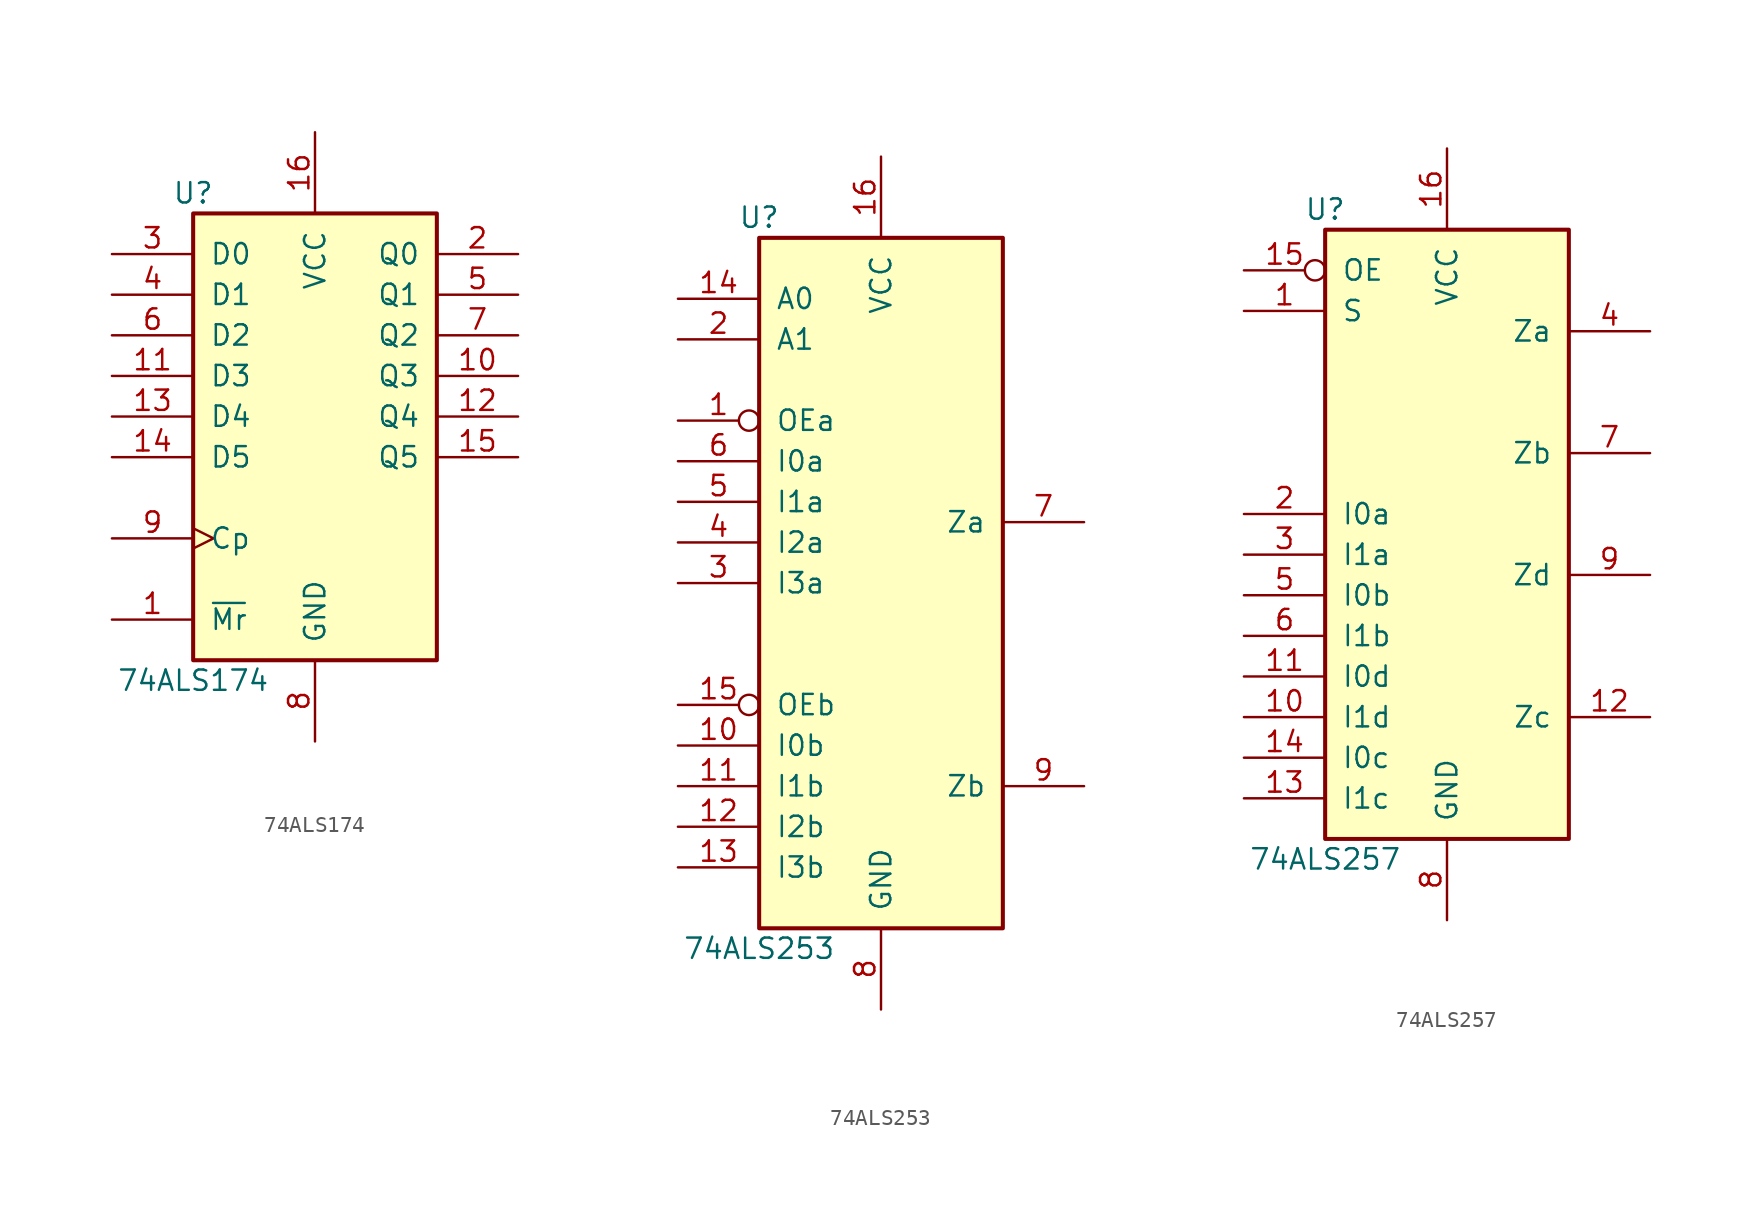
<source format=kicad_sym>
(kicad_symbol_lib
  (version 20220914)
  (generator kicad_symbol_editor)
  (symbol "74ALS174"
    (pin_names
      (offset 1.016))
    (property "Reference" "U"
      (at -7.62 13.97 0)
      (effects (font (size 1.27 1.27))))
    (property "Value" "74ALS174"
      (at -7.62 -16.51 0)
      (effects (font (size 1.27 1.27))))
    (property "ki_locked" ""
      (at 0 0 0)
      (effects (font (size 1.27 1.27))))
    (symbol "74ALS174_1_0"
      (pin input line (at -12.7 -12.7 0) (length 5.08) (name "~{Mr}" (effects (font (size 1.27 1.27)))) (number "1" (effects (font (size 1.27 1.27)))))
      (pin output line (at 12.7 2.54 180) (length 5.08) (name "Q3" (effects (font (size 1.27 1.27)))) (number "10" (effects (font (size 1.27 1.27)))))
      (pin input line (at -12.7 2.54 0) (length 5.08) (name "D3" (effects (font (size 1.27 1.27)))) (number "11" (effects (font (size 1.27 1.27)))))
      (pin output line (at 12.7 0 180) (length 5.08) (name "Q4" (effects (font (size 1.27 1.27)))) (number "12" (effects (font (size 1.27 1.27)))))
      (pin input line (at -12.7 0 0) (length 5.08) (name "D4" (effects (font (size 1.27 1.27)))) (number "13" (effects (font (size 1.27 1.27)))))
      (pin input line (at -12.7 -2.54 0) (length 5.08) (name "D5" (effects (font (size 1.27 1.27)))) (number "14" (effects (font (size 1.27 1.27)))))
      (pin output line (at 12.7 -2.54 180) (length 5.08) (name "Q5" (effects (font (size 1.27 1.27)))) (number "15" (effects (font (size 1.27 1.27)))))
      (pin power_in line (at 0 17.78 270) (length 5.08) (name "VCC" (effects (font (size 1.27 1.27)))) (number "16" (effects (font (size 1.27 1.27)))))
      (pin output line (at 12.7 10.16 180) (length 5.08) (name "Q0" (effects (font (size 1.27 1.27)))) (number "2" (effects (font (size 1.27 1.27)))))
      (pin input line (at -12.7 10.16 0) (length 5.08) (name "D0" (effects (font (size 1.27 1.27)))) (number "3" (effects (font (size 1.27 1.27)))))
      (pin input line (at -12.7 7.62 0) (length 5.08) (name "D1" (effects (font (size 1.27 1.27)))) (number "4" (effects (font (size 1.27 1.27)))))
      (pin output line (at 12.7 7.62 180) (length 5.08) (name "Q1" (effects (font (size 1.27 1.27)))) (number "5" (effects (font (size 1.27 1.27)))))
      (pin input line (at -12.7 5.08 0) (length 5.08) (name "D2" (effects (font (size 1.27 1.27)))) (number "6" (effects (font (size 1.27 1.27)))))
      (pin output line (at 12.7 5.08 180) (length 5.08) (name "Q2" (effects (font (size 1.27 1.27)))) (number "7" (effects (font (size 1.27 1.27)))))
      (pin power_in line (at 0 -20.32 90) (length 5.08) (name "GND" (effects (font (size 1.27 1.27)))) (number "8" (effects (font (size 1.27 1.27)))))
      (pin input clock (at -12.7 -7.62 0) (length 5.08) (name "Cp" (effects (font (size 1.27 1.27)))) (number "9" (effects (font (size 1.27 1.27))))))
    (symbol "74ALS174_1_1"
      (rectangle (start -7.62 12.7) (end 7.62 -15.24) (stroke (width 0.254) (type default)) (fill (type background)))))
  (symbol "74ALS253"
    (pin_names
      (offset 1.016))
    (property "Reference" "U"
      (at -7.62 21.59 0)
      (effects (font (size 1.27 1.27))))
    (property "Value" "74ALS253"
      (at -7.62 -24.13 0)
      (effects (font (size 1.27 1.27))))
    (property "ki_locked" ""
      (at 0 0 0)
      (effects (font (size 1.27 1.27))))
    (symbol "74ALS253_1_0"
      (pin input inverted (at -12.7 8.89 0) (length 5.08) (name "OEa" (effects (font (size 1.27 1.27)))) (number "1" (effects (font (size 1.27 1.27)))))
      (pin input line (at -12.7 -11.43 0) (length 5.08) (name "I0b" (effects (font (size 1.27 1.27)))) (number "10" (effects (font (size 1.27 1.27)))))
      (pin input line (at -12.7 -13.97 0) (length 5.08) (name "I1b" (effects (font (size 1.27 1.27)))) (number "11" (effects (font (size 1.27 1.27)))))
      (pin input line (at -12.7 -16.51 0) (length 5.08) (name "I2b" (effects (font (size 1.27 1.27)))) (number "12" (effects (font (size 1.27 1.27)))))
      (pin input line (at -12.7 -19.05 0) (length 5.08) (name "I3b" (effects (font (size 1.27 1.27)))) (number "13" (effects (font (size 1.27 1.27)))))
      (pin input line (at -12.7 16.51 0) (length 5.08) (name "A0" (effects (font (size 1.27 1.27)))) (number "14" (effects (font (size 1.27 1.27)))))
      (pin input inverted (at -12.7 -8.89 0) (length 5.08) (name "OEb" (effects (font (size 1.27 1.27)))) (number "15" (effects (font (size 1.27 1.27)))))
      (pin power_in line (at 0 25.4 270) (length 5.08) (name "VCC" (effects (font (size 1.27 1.27)))) (number "16" (effects (font (size 1.27 1.27)))))
      (pin input line (at -12.7 13.97 0) (length 5.08) (name "A1" (effects (font (size 1.27 1.27)))) (number "2" (effects (font (size 1.27 1.27)))))
      (pin input line (at -12.7 -1.27 0) (length 5.08) (name "I3a" (effects (font (size 1.27 1.27)))) (number "3" (effects (font (size 1.27 1.27)))))
      (pin input line (at -12.7 1.27 0) (length 5.08) (name "I2a" (effects (font (size 1.27 1.27)))) (number "4" (effects (font (size 1.27 1.27)))))
      (pin input line (at -12.7 3.81 0) (length 5.08) (name "I1a" (effects (font (size 1.27 1.27)))) (number "5" (effects (font (size 1.27 1.27)))))
      (pin input line (at -12.7 6.35 0) (length 5.08) (name "I0a" (effects (font (size 1.27 1.27)))) (number "6" (effects (font (size 1.27 1.27)))))
      (pin tri_state line (at 12.7 2.54 180) (length 5.08) (name "Za" (effects (font (size 1.27 1.27)))) (number "7" (effects (font (size 1.27 1.27)))))
      (pin power_in line (at 0 -27.94 90) (length 5.08) (name "GND" (effects (font (size 1.27 1.27)))) (number "8" (effects (font (size 1.27 1.27)))))
      (pin tri_state line (at 12.7 -13.97 180) (length 5.08) (name "Zb" (effects (font (size 1.27 1.27)))) (number "9" (effects (font (size 1.27 1.27))))))
    (symbol "74ALS253_1_1"
      (rectangle (start -7.62 20.32) (end 7.62 -22.86) (stroke (width 0.254) (type default)) (fill (type background)))))
  (symbol "74ALS257"
    (pin_names
      (offset 1.016))
    (property "Reference" "U"
      (at -7.62 19.05 0)
      (effects (font (size 1.27 1.27))))
    (property "Value" "74ALS257"
      (at -7.62 -21.59 0)
      (effects (font (size 1.27 1.27))))
    (property "ki_locked" ""
      (at 0 0 0)
      (effects (font (size 1.27 1.27))))
    (symbol "74ALS257_1_0"
      (pin input line (at -12.7 12.7 0) (length 5.08) (name "S" (effects (font (size 1.27 1.27)))) (number "1" (effects (font (size 1.27 1.27)))))
      (pin input line (at -12.7 -12.7 0) (length 5.08) (name "I1d" (effects (font (size 1.27 1.27)))) (number "10" (effects (font (size 1.27 1.27)))))
      (pin input line (at -12.7 -10.16 0) (length 5.08) (name "I0d" (effects (font (size 1.27 1.27)))) (number "11" (effects (font (size 1.27 1.27)))))
      (pin tri_state line (at 12.7 -12.7 180) (length 5.08) (name "Zc" (effects (font (size 1.27 1.27)))) (number "12" (effects (font (size 1.27 1.27)))))
      (pin input line (at -12.7 -17.78 0) (length 5.08) (name "I1c" (effects (font (size 1.27 1.27)))) (number "13" (effects (font (size 1.27 1.27)))))
      (pin input line (at -12.7 -15.24 0) (length 5.08) (name "I0c" (effects (font (size 1.27 1.27)))) (number "14" (effects (font (size 1.27 1.27)))))
      (pin input inverted (at -12.7 15.24 0) (length 5.08) (name "OE" (effects (font (size 1.27 1.27)))) (number "15" (effects (font (size 1.27 1.27)))))
      (pin power_in line (at 0 22.86 270) (length 5.08) (name "VCC" (effects (font (size 1.27 1.27)))) (number "16" (effects (font (size 1.27 1.27)))))
      (pin input line (at -12.7 0 0) (length 5.08) (name "I0a" (effects (font (size 1.27 1.27)))) (number "2" (effects (font (size 1.27 1.27)))))
      (pin input line (at -12.7 -2.54 0) (length 5.08) (name "I1a" (effects (font (size 1.27 1.27)))) (number "3" (effects (font (size 1.27 1.27)))))
      (pin tri_state line (at 12.7 11.43 180) (length 5.08) (name "Za" (effects (font (size 1.27 1.27)))) (number "4" (effects (font (size 1.27 1.27)))))
      (pin input line (at -12.7 -5.08 0) (length 5.08) (name "I0b" (effects (font (size 1.27 1.27)))) (number "5" (effects (font (size 1.27 1.27)))))
      (pin input line (at -12.7 -7.62 0) (length 5.08) (name "I1b" (effects (font (size 1.27 1.27)))) (number "6" (effects (font (size 1.27 1.27)))))
      (pin tri_state line (at 12.7 3.81 180) (length 5.08) (name "Zb" (effects (font (size 1.27 1.27)))) (number "7" (effects (font (size 1.27 1.27)))))
      (pin power_in line (at 0 -25.4 90) (length 5.08) (name "GND" (effects (font (size 1.27 1.27)))) (number "8" (effects (font (size 1.27 1.27)))))
      (pin tri_state line (at 12.7 -3.81 180) (length 5.08) (name "Zd" (effects (font (size 1.27 1.27)))) (number "9" (effects (font (size 1.27 1.27))))))
    (symbol "74ALS257_1_1"
      (rectangle (start -7.62 17.78) (end 7.62 -20.32) (stroke (width 0.254) (type default)) (fill (type background))))))
</source>
